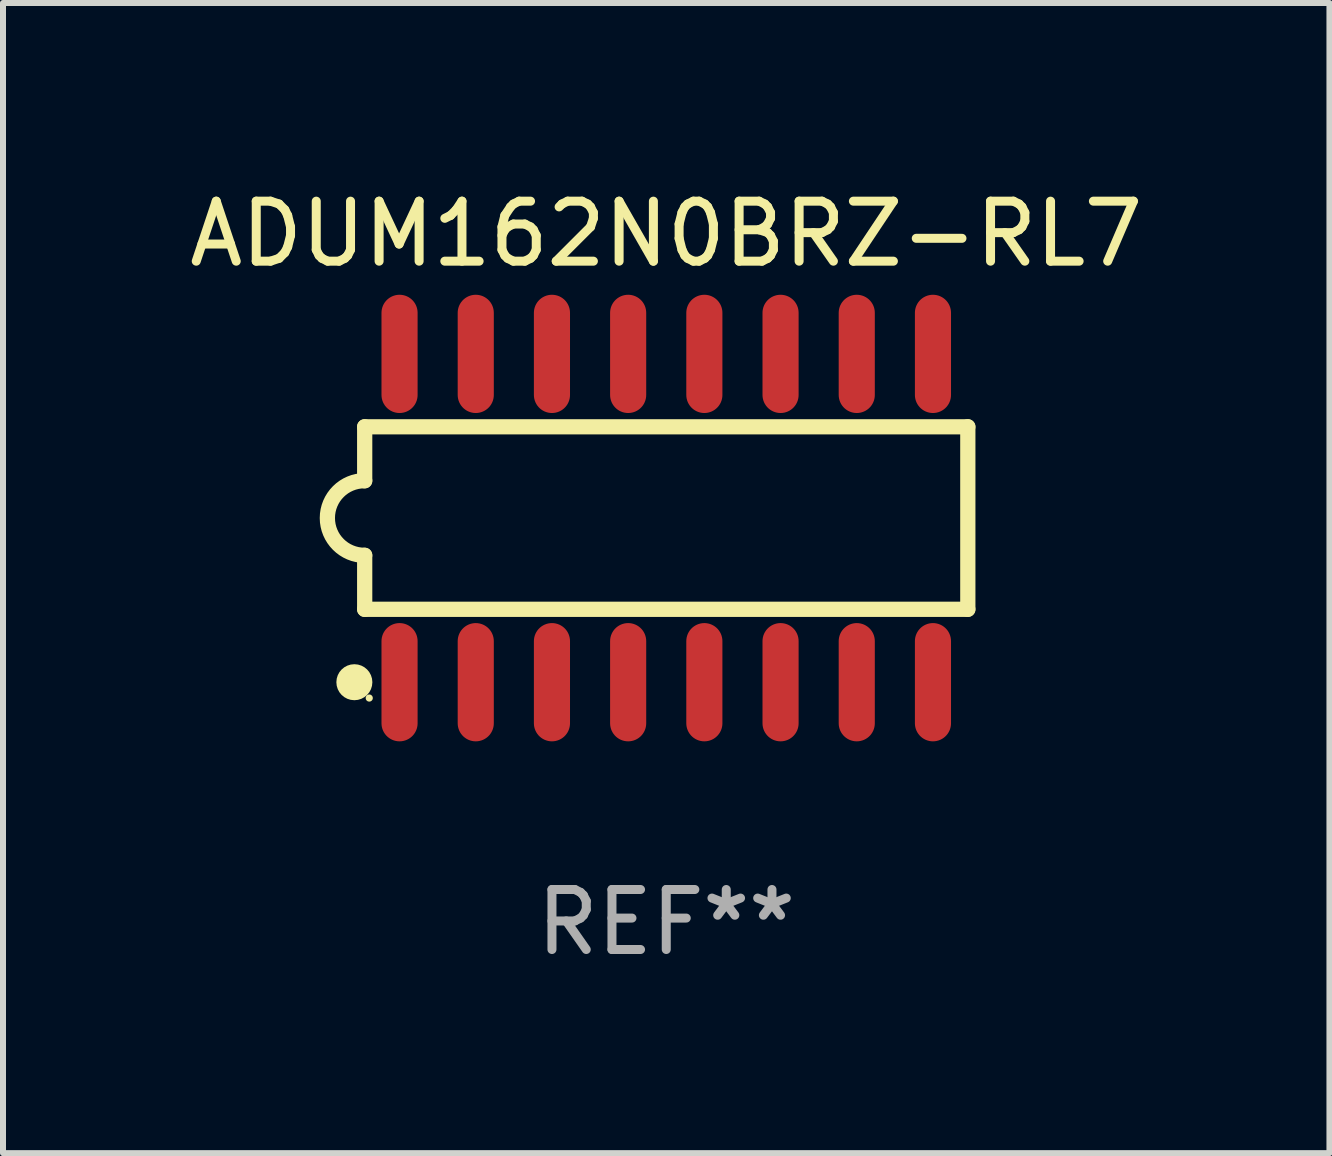
<source format=kicad_pcb>
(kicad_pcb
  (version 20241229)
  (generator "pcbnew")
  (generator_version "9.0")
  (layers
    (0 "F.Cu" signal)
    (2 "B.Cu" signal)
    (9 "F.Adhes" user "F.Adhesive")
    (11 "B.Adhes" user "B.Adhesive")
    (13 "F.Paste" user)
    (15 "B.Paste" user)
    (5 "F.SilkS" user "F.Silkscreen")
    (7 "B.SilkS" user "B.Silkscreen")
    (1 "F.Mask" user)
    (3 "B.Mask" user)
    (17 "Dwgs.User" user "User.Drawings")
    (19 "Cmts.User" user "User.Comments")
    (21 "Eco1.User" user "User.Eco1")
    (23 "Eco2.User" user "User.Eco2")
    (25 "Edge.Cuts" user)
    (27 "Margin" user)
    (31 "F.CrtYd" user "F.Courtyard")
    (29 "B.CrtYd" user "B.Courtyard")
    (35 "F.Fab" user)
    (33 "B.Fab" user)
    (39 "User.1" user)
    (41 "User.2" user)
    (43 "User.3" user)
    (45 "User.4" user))
  (footprint "ADUM162N0BRZ-RL7"
    (layer "F.Cu")
    (at 8.054 5.584)
    (property "Reference" "ADUM162N0BRZ-RL7" (at 0 -4.736 0) (layer "F.SilkS") (effects (font (size 1 1) (thickness 0.15))))
    (attr through_hole)
    (fp_line (start -5.026 -1.521) (end -5.026 -0.621) (stroke (width 0.254) (type solid)) (layer "F.SilkS"))
    (fp_line (start -5.026 -1.521) (end 5.026 -1.521) (stroke (width 0.254) (type solid)) (layer "F.SilkS"))
    (fp_line (start -5.026 1.521) (end -5.026 0.621) (stroke (width 0.254) (type solid)) (layer "F.SilkS"))
    (fp_line (start 5.026 -1.521) (end 5.026 1.521) (stroke (width 0.254) (type solid)) (layer "F.SilkS"))
    (fp_line (start 5.026 1.521) (end -5.026 1.521) (stroke (width 0.254) (type solid)) (layer "F.SilkS"))
    (fp_arc (start -5.026187 0.621387) (mid -5.647752 -0.000787) (end -5.025781 -0.622555) (stroke (width 0.254001) (type solid)) (layer "F.SilkS"))
    (fp_circle (center -5.198 2.736) (end -5.048 2.736) (stroke (width 0.3) (type solid)) (fill no) (layer "F.SilkS"))
    (fp_circle (center -4.95 3) (end -4.92 3) (stroke (width 0.06) (type solid)) (fill no) (layer "F.SilkS"))
    (fp_text user "REF**" (at 0 6.736 0) (layer "F.Fab") (effects (font (size 1 1) (thickness 0.15))))
    (pad "1" smd oval (at -4.445 2.736) (size 0.602 1.971) (layers "F.Cu" "F.Mask" "F.Paste"))
    (pad "2" smd oval (at -3.175 2.736) (size 0.602 1.971) (layers "F.Cu" "F.Mask" "F.Paste"))
    (pad "3" smd oval (at -1.905 2.736) (size 0.602 1.971) (layers "F.Cu" "F.Mask" "F.Paste"))
    (pad "4" smd oval (at -0.635 2.736) (size 0.602 1.971) (layers "F.Cu" "F.Mask" "F.Paste"))
    (pad "5" smd oval (at 0.635 2.736) (size 0.602 1.971) (layers "F.Cu" "F.Mask" "F.Paste"))
    (pad "6" smd oval (at 1.905 2.736) (size 0.602 1.971) (layers "F.Cu" "F.Mask" "F.Paste"))
    (pad "7" smd oval (at 3.175 2.736) (size 0.602 1.971) (layers "F.Cu" "F.Mask" "F.Paste"))
    (pad "8" smd oval (at 4.445 2.736) (size 0.602 1.971) (layers "F.Cu" "F.Mask" "F.Paste"))
    (pad "9" smd oval (at 4.445 -2.736) (size 0.602 1.971) (layers "F.Cu" "F.Mask" "F.Paste"))
    (pad "10" smd oval (at 3.175 -2.736) (size 0.602 1.971) (layers "F.Cu" "F.Mask" "F.Paste"))
    (pad "11" smd oval (at 1.905 -2.736) (size 0.602 1.971) (layers "F.Cu" "F.Mask" "F.Paste"))
    (pad "12" smd oval (at 0.635 -2.736) (size 0.602 1.971) (layers "F.Cu" "F.Mask" "F.Paste"))
    (pad "13" smd oval (at -0.635 -2.736) (size 0.602 1.971) (layers "F.Cu" "F.Mask" "F.Paste"))
    (pad "14" smd oval (at -1.905 -2.736) (size 0.602 1.971) (layers "F.Cu" "F.Mask" "F.Paste"))
    (pad "15" smd oval (at -3.175 -2.736) (size 0.602 1.971) (layers "F.Cu" "F.Mask" "F.Paste"))
    (pad "16" smd oval (at -4.445 -2.736) (size 0.602 1.971) (layers "F.Cu" "F.Mask" "F.Paste")))
  (gr_rect
    (start -3 -3)
    (end 19.107 16.168)
    (stroke (width 0.1) (type default))
    (fill no)
    (layer "Edge.Cuts")))
</source>
